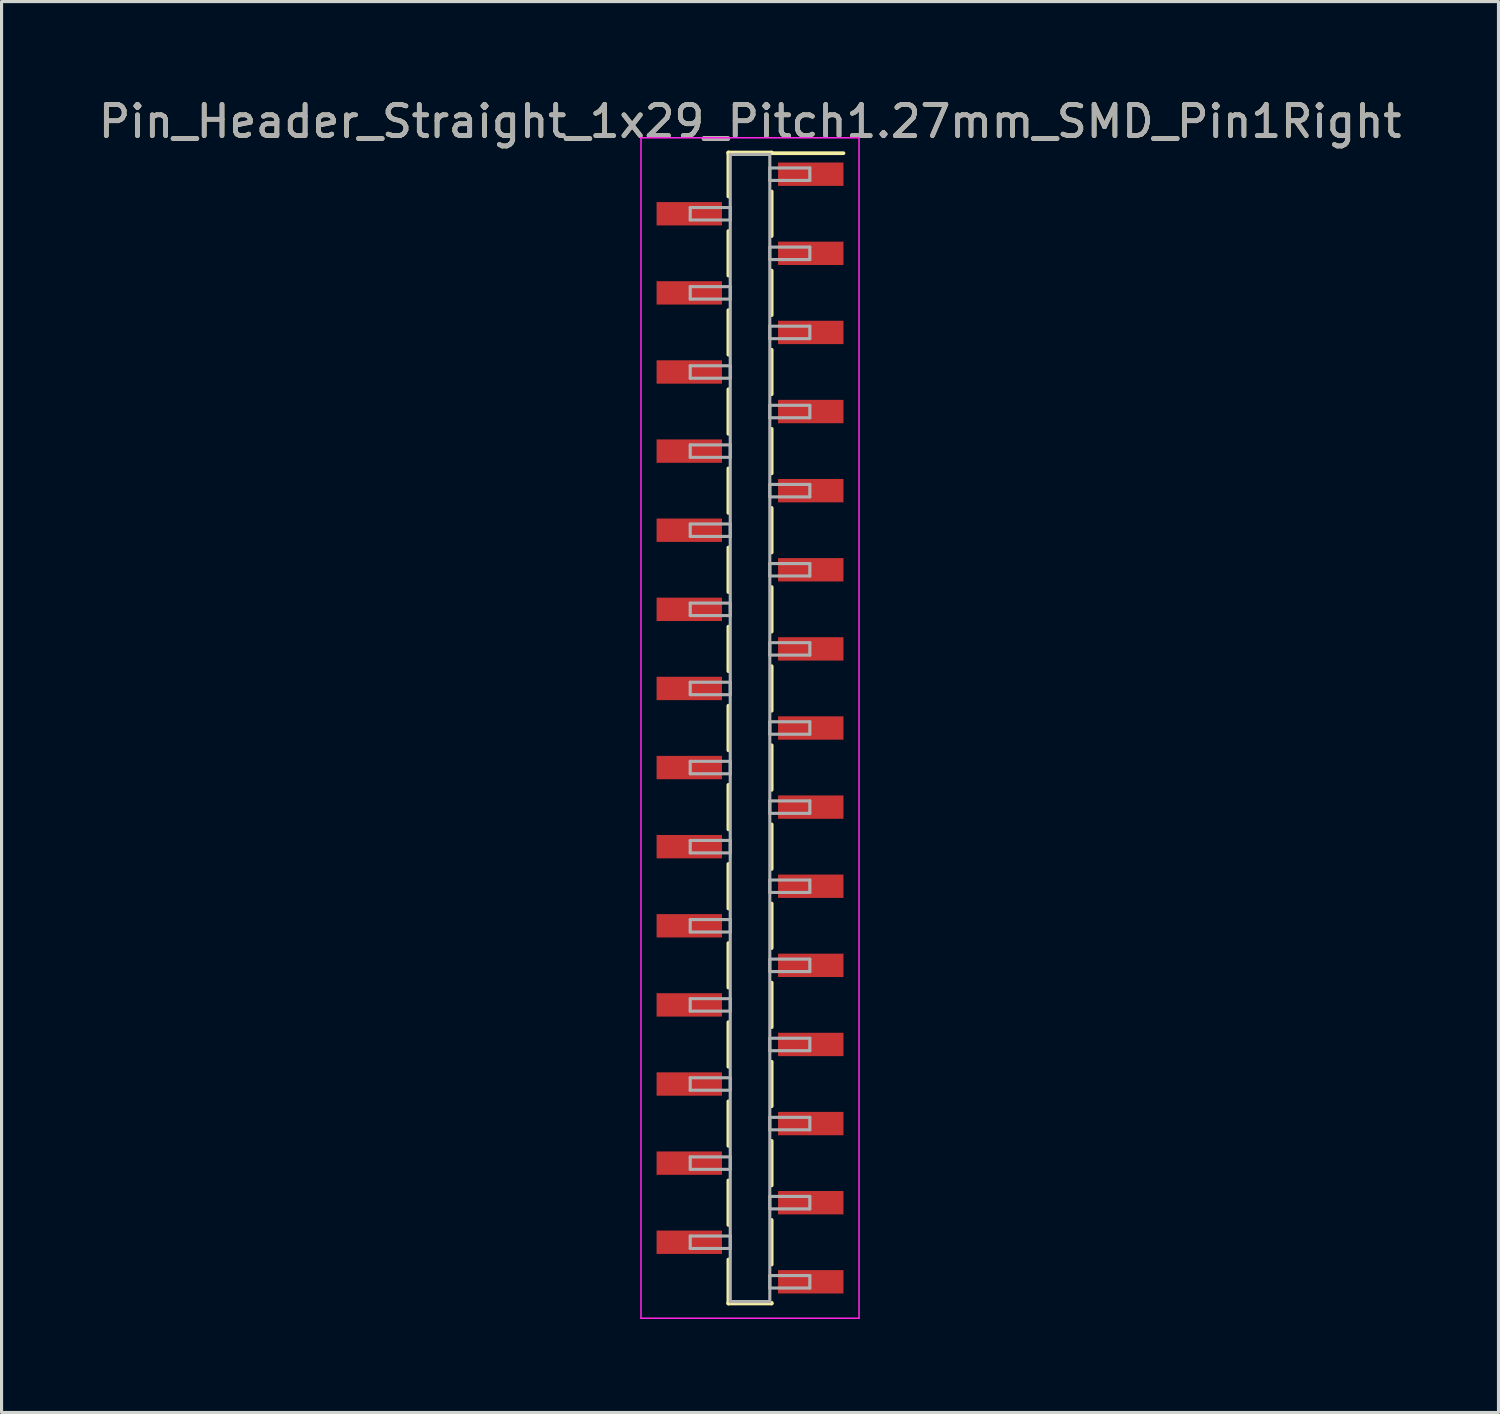
<source format=kicad_pcb>
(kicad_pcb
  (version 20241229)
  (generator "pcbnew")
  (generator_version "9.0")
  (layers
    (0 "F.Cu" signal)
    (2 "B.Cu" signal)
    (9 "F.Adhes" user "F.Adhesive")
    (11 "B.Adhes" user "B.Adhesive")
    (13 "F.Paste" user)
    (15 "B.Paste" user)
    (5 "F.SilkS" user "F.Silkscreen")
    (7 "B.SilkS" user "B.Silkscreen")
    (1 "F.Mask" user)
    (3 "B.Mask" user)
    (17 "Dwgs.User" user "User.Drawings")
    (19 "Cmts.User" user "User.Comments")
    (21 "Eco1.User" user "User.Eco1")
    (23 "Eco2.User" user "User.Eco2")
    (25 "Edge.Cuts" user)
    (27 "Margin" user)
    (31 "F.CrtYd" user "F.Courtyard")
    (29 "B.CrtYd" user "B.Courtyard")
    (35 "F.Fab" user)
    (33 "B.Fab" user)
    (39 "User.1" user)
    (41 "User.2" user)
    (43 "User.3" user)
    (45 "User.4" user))
  (footprint "Pin_Header_Straight_1x29_Pitch1.27mm_SMD_Pin1Right"
    (layer "F.Cu")
    (at 21.03 20.323)
    (property "Reference" "Pin_Header_Straight_1x29_Pitch1.27mm_SMD_Pin1Right" (at 0 -19.475 0) (layer "F.SilkS") (effects (font (size 1 1) (thickness 0.15))))
    (attr smd)
    (fp_line (start -0.695 -18.475) (end -0.695 -17.065) (stroke (width 0.12) (type solid)) (layer "F.SilkS"))
    (fp_line (start -0.695 -18.475) (end 0.695 -18.475) (stroke (width 0.12) (type solid)) (layer "F.SilkS"))
    (fp_line (start -0.695 -18.455) (end -0.695 -18.475) (stroke (width 0.12) (type solid)) (layer "F.SilkS"))
    (fp_line (start -0.695 -15.955) (end -0.695 -14.525) (stroke (width 0.12) (type solid)) (layer "F.SilkS"))
    (fp_line (start -0.695 -13.415) (end -0.695 -11.985) (stroke (width 0.12) (type solid)) (layer "F.SilkS"))
    (fp_line (start -0.695 -10.875) (end -0.695 -9.445) (stroke (width 0.12) (type solid)) (layer "F.SilkS"))
    (fp_line (start -0.695 -8.335) (end -0.695 -6.905) (stroke (width 0.12) (type solid)) (layer "F.SilkS"))
    (fp_line (start -0.695 -5.795) (end -0.695 -4.365) (stroke (width 0.12) (type solid)) (layer "F.SilkS"))
    (fp_line (start -0.695 -3.255) (end -0.695 -1.825) (stroke (width 0.12) (type solid)) (layer "F.SilkS"))
    (fp_line (start -0.695 -0.715) (end -0.695 0.715) (stroke (width 0.12) (type solid)) (layer "F.SilkS"))
    (fp_line (start -0.695 1.825) (end -0.695 3.255) (stroke (width 0.12) (type solid)) (layer "F.SilkS"))
    (fp_line (start -0.695 4.365) (end -0.695 5.795) (stroke (width 0.12) (type solid)) (layer "F.SilkS"))
    (fp_line (start -0.695 6.905) (end -0.695 8.335) (stroke (width 0.12) (type solid)) (layer "F.SilkS"))
    (fp_line (start -0.695 9.445) (end -0.695 10.875) (stroke (width 0.12) (type solid)) (layer "F.SilkS"))
    (fp_line (start -0.695 11.985) (end -0.695 13.415) (stroke (width 0.12) (type solid)) (layer "F.SilkS"))
    (fp_line (start -0.695 14.525) (end -0.695 15.955) (stroke (width 0.12) (type solid)) (layer "F.SilkS"))
    (fp_line (start -0.695 17.065) (end -0.695 18.475) (stroke (width 0.12) (type solid)) (layer "F.SilkS"))
    (fp_line (start -0.695 18.455) (end -0.695 18.475) (stroke (width 0.12) (type solid)) (layer "F.SilkS"))
    (fp_line (start -0.695 18.475) (end 0.695 18.475) (stroke (width 0.12) (type solid)) (layer "F.SilkS"))
    (fp_line (start 0.695 -18.475) (end 0.695 -18.455) (stroke (width 0.12) (type solid)) (layer "F.SilkS"))
    (fp_line (start 0.695 -18.455) (end 3 -18.455) (stroke (width 0.12) (type solid)) (layer "F.SilkS"))
    (fp_line (start 0.695 -17.225) (end 0.695 -15.795) (stroke (width 0.12) (type solid)) (layer "F.SilkS"))
    (fp_line (start 0.695 -14.685) (end 0.695 -13.255) (stroke (width 0.12) (type solid)) (layer "F.SilkS"))
    (fp_line (start 0.695 -12.145) (end 0.695 -10.715) (stroke (width 0.12) (type solid)) (layer "F.SilkS"))
    (fp_line (start 0.695 -9.605) (end 0.695 -8.175) (stroke (width 0.12) (type solid)) (layer "F.SilkS"))
    (fp_line (start 0.695 -7.065) (end 0.695 -5.635) (stroke (width 0.12) (type solid)) (layer "F.SilkS"))
    (fp_line (start 0.695 -4.525) (end 0.695 -3.095) (stroke (width 0.12) (type solid)) (layer "F.SilkS"))
    (fp_line (start 0.695 -1.985) (end 0.695 -0.555) (stroke (width 0.12) (type solid)) (layer "F.SilkS"))
    (fp_line (start 0.695 0.555) (end 0.695 1.985) (stroke (width 0.12) (type solid)) (layer "F.SilkS"))
    (fp_line (start 0.695 3.095) (end 0.695 4.525) (stroke (width 0.12) (type solid)) (layer "F.SilkS"))
    (fp_line (start 0.695 5.635) (end 0.695 7.065) (stroke (width 0.12) (type solid)) (layer "F.SilkS"))
    (fp_line (start 0.695 8.175) (end 0.695 9.605) (stroke (width 0.12) (type solid)) (layer "F.SilkS"))
    (fp_line (start 0.695 10.715) (end 0.695 12.145) (stroke (width 0.12) (type solid)) (layer "F.SilkS"))
    (fp_line (start 0.695 13.255) (end 0.695 14.685) (stroke (width 0.12) (type solid)) (layer "F.SilkS"))
    (fp_line (start 0.695 15.795) (end 0.695 17.225) (stroke (width 0.12) (type solid)) (layer "F.SilkS"))
    (fp_line (start 0.695 18.475) (end 0.695 18.455) (stroke (width 0.12) (type solid)) (layer "F.SilkS"))
    (fp_line (start -3.5 -18.95) (end -3.5 18.95) (stroke (width 0.05) (type solid)) (layer "F.CrtYd"))
    (fp_line (start -3.5 18.95) (end 3.5 18.95) (stroke (width 0.05) (type solid)) (layer "F.CrtYd"))
    (fp_line (start 3.5 -18.95) (end -3.5 -18.95) (stroke (width 0.05) (type solid)) (layer "F.CrtYd"))
    (fp_line (start 3.5 18.95) (end 3.5 -18.95) (stroke (width 0.05) (type solid)) (layer "F.CrtYd"))
    (fp_line (start -1.92 -16.71) (end -0.635 -16.71) (stroke (width 0.1) (type solid)) (layer "F.Fab"))
    (fp_line (start -1.92 -16.31) (end -1.92 -16.71) (stroke (width 0.1) (type solid)) (layer "F.Fab"))
    (fp_line (start -1.92 -14.17) (end -0.635 -14.17) (stroke (width 0.1) (type solid)) (layer "F.Fab"))
    (fp_line (start -1.92 -13.77) (end -1.92 -14.17) (stroke (width 0.1) (type solid)) (layer "F.Fab"))
    (fp_line (start -1.92 -11.63) (end -0.635 -11.63) (stroke (width 0.1) (type solid)) (layer "F.Fab"))
    (fp_line (start -1.92 -11.23) (end -1.92 -11.63) (stroke (width 0.1) (type solid)) (layer "F.Fab"))
    (fp_line (start -1.92 -9.09) (end -0.635 -9.09) (stroke (width 0.1) (type solid)) (layer "F.Fab"))
    (fp_line (start -1.92 -8.69) (end -1.92 -9.09) (stroke (width 0.1) (type solid)) (layer "F.Fab"))
    (fp_line (start -1.92 -6.55) (end -0.635 -6.55) (stroke (width 0.1) (type solid)) (layer "F.Fab"))
    (fp_line (start -1.92 -6.15) (end -1.92 -6.55) (stroke (width 0.1) (type solid)) (layer "F.Fab"))
    (fp_line (start -1.92 -4.01) (end -0.635 -4.01) (stroke (width 0.1) (type solid)) (layer "F.Fab"))
    (fp_line (start -1.92 -3.61) (end -1.92 -4.01) (stroke (width 0.1) (type solid)) (layer "F.Fab"))
    (fp_line (start -1.92 -1.47) (end -0.635 -1.47) (stroke (width 0.1) (type solid)) (layer "F.Fab"))
    (fp_line (start -1.92 -1.07) (end -1.92 -1.47) (stroke (width 0.1) (type solid)) (layer "F.Fab"))
    (fp_line (start -1.92 1.07) (end -0.635 1.07) (stroke (width 0.1) (type solid)) (layer "F.Fab"))
    (fp_line (start -1.92 1.47) (end -1.92 1.07) (stroke (width 0.1) (type solid)) (layer "F.Fab"))
    (fp_line (start -1.92 3.61) (end -0.635 3.61) (stroke (width 0.1) (type solid)) (layer "F.Fab"))
    (fp_line (start -1.92 4.01) (end -1.92 3.61) (stroke (width 0.1) (type solid)) (layer "F.Fab"))
    (fp_line (start -1.92 6.15) (end -0.635 6.15) (stroke (width 0.1) (type solid)) (layer "F.Fab"))
    (fp_line (start -1.92 6.55) (end -1.92 6.15) (stroke (width 0.1) (type solid)) (layer "F.Fab"))
    (fp_line (start -1.92 8.69) (end -0.635 8.69) (stroke (width 0.1) (type solid)) (layer "F.Fab"))
    (fp_line (start -1.92 9.09) (end -1.92 8.69) (stroke (width 0.1) (type solid)) (layer "F.Fab"))
    (fp_line (start -1.92 11.23) (end -0.635 11.23) (stroke (width 0.1) (type solid)) (layer "F.Fab"))
    (fp_line (start -1.92 11.63) (end -1.92 11.23) (stroke (width 0.1) (type solid)) (layer "F.Fab"))
    (fp_line (start -1.92 13.77) (end -0.635 13.77) (stroke (width 0.1) (type solid)) (layer "F.Fab"))
    (fp_line (start -1.92 14.17) (end -1.92 13.77) (stroke (width 0.1) (type solid)) (layer "F.Fab"))
    (fp_line (start -1.92 16.31) (end -0.635 16.31) (stroke (width 0.1) (type solid)) (layer "F.Fab"))
    (fp_line (start -1.92 16.71) (end -1.92 16.31) (stroke (width 0.1) (type solid)) (layer "F.Fab"))
    (fp_line (start -0.635 -18.415) (end -0.635 18.415) (stroke (width 0.1) (type solid)) (layer "F.Fab"))
    (fp_line (start -0.635 -16.71) (end -0.635 -16.31) (stroke (width 0.1) (type solid)) (layer "F.Fab"))
    (fp_line (start -0.635 -16.31) (end -1.92 -16.31) (stroke (width 0.1) (type solid)) (layer "F.Fab"))
    (fp_line (start -0.635 -14.17) (end -0.635 -13.77) (stroke (width 0.1) (type solid)) (layer "F.Fab"))
    (fp_line (start -0.635 -13.77) (end -1.92 -13.77) (stroke (width 0.1) (type solid)) (layer "F.Fab"))
    (fp_line (start -0.635 -11.63) (end -0.635 -11.23) (stroke (width 0.1) (type solid)) (layer "F.Fab"))
    (fp_line (start -0.635 -11.23) (end -1.92 -11.23) (stroke (width 0.1) (type solid)) (layer "F.Fab"))
    (fp_line (start -0.635 -9.09) (end -0.635 -8.69) (stroke (width 0.1) (type solid)) (layer "F.Fab"))
    (fp_line (start -0.635 -8.69) (end -1.92 -8.69) (stroke (width 0.1) (type solid)) (layer "F.Fab"))
    (fp_line (start -0.635 -6.55) (end -0.635 -6.15) (stroke (width 0.1) (type solid)) (layer "F.Fab"))
    (fp_line (start -0.635 -6.15) (end -1.92 -6.15) (stroke (width 0.1) (type solid)) (layer "F.Fab"))
    (fp_line (start -0.635 -4.01) (end -0.635 -3.61) (stroke (width 0.1) (type solid)) (layer "F.Fab"))
    (fp_line (start -0.635 -3.61) (end -1.92 -3.61) (stroke (width 0.1) (type solid)) (layer "F.Fab"))
    (fp_line (start -0.635 -1.47) (end -0.635 -1.07) (stroke (width 0.1) (type solid)) (layer "F.Fab"))
    (fp_line (start -0.635 -1.07) (end -1.92 -1.07) (stroke (width 0.1) (type solid)) (layer "F.Fab"))
    (fp_line (start -0.635 1.07) (end -0.635 1.47) (stroke (width 0.1) (type solid)) (layer "F.Fab"))
    (fp_line (start -0.635 1.47) (end -1.92 1.47) (stroke (width 0.1) (type solid)) (layer "F.Fab"))
    (fp_line (start -0.635 3.61) (end -0.635 4.01) (stroke (width 0.1) (type solid)) (layer "F.Fab"))
    (fp_line (start -0.635 4.01) (end -1.92 4.01) (stroke (width 0.1) (type solid)) (layer "F.Fab"))
    (fp_line (start -0.635 6.15) (end -0.635 6.55) (stroke (width 0.1) (type solid)) (layer "F.Fab"))
    (fp_line (start -0.635 6.55) (end -1.92 6.55) (stroke (width 0.1) (type solid)) (layer "F.Fab"))
    (fp_line (start -0.635 8.69) (end -0.635 9.09) (stroke (width 0.1) (type solid)) (layer "F.Fab"))
    (fp_line (start -0.635 9.09) (end -1.92 9.09) (stroke (width 0.1) (type solid)) (layer "F.Fab"))
    (fp_line (start -0.635 11.23) (end -0.635 11.63) (stroke (width 0.1) (type solid)) (layer "F.Fab"))
    (fp_line (start -0.635 11.63) (end -1.92 11.63) (stroke (width 0.1) (type solid)) (layer "F.Fab"))
    (fp_line (start -0.635 13.77) (end -0.635 14.17) (stroke (width 0.1) (type solid)) (layer "F.Fab"))
    (fp_line (start -0.635 14.17) (end -1.92 14.17) (stroke (width 0.1) (type solid)) (layer "F.Fab"))
    (fp_line (start -0.635 16.31) (end -0.635 16.71) (stroke (width 0.1) (type solid)) (layer "F.Fab"))
    (fp_line (start -0.635 16.71) (end -1.92 16.71) (stroke (width 0.1) (type solid)) (layer "F.Fab"))
    (fp_line (start -0.635 18.415) (end 0.635 18.415) (stroke (width 0.1) (type solid)) (layer "F.Fab"))
    (fp_line (start 0.635 -18.415) (end -0.635 -18.415) (stroke (width 0.1) (type solid)) (layer "F.Fab"))
    (fp_line (start 0.635 -17.98) (end 0.635 -17.58) (stroke (width 0.1) (type solid)) (layer "F.Fab"))
    (fp_line (start 0.635 -17.58) (end 1.92 -17.58) (stroke (width 0.1) (type solid)) (layer "F.Fab"))
    (fp_line (start 0.635 -15.44) (end 0.635 -15.04) (stroke (width 0.1) (type solid)) (layer "F.Fab"))
    (fp_line (start 0.635 -15.04) (end 1.92 -15.04) (stroke (width 0.1) (type solid)) (layer "F.Fab"))
    (fp_line (start 0.635 -12.9) (end 0.635 -12.5) (stroke (width 0.1) (type solid)) (layer "F.Fab"))
    (fp_line (start 0.635 -12.5) (end 1.92 -12.5) (stroke (width 0.1) (type solid)) (layer "F.Fab"))
    (fp_line (start 0.635 -10.36) (end 0.635 -9.96) (stroke (width 0.1) (type solid)) (layer "F.Fab"))
    (fp_line (start 0.635 -9.96) (end 1.92 -9.96) (stroke (width 0.1) (type solid)) (layer "F.Fab"))
    (fp_line (start 0.635 -7.82) (end 0.635 -7.42) (stroke (width 0.1) (type solid)) (layer "F.Fab"))
    (fp_line (start 0.635 -7.42) (end 1.92 -7.42) (stroke (width 0.1) (type solid)) (layer "F.Fab"))
    (fp_line (start 0.635 -5.28) (end 0.635 -4.88) (stroke (width 0.1) (type solid)) (layer "F.Fab"))
    (fp_line (start 0.635 -4.88) (end 1.92 -4.88) (stroke (width 0.1) (type solid)) (layer "F.Fab"))
    (fp_line (start 0.635 -2.74) (end 0.635 -2.34) (stroke (width 0.1) (type solid)) (layer "F.Fab"))
    (fp_line (start 0.635 -2.34) (end 1.92 -2.34) (stroke (width 0.1) (type solid)) (layer "F.Fab"))
    (fp_line (start 0.635 -0.2) (end 0.635 0.2) (stroke (width 0.1) (type solid)) (layer "F.Fab"))
    (fp_line (start 0.635 0.2) (end 1.92 0.2) (stroke (width 0.1) (type solid)) (layer "F.Fab"))
    (fp_line (start 0.635 2.34) (end 0.635 2.74) (stroke (width 0.1) (type solid)) (layer "F.Fab"))
    (fp_line (start 0.635 2.74) (end 1.92 2.74) (stroke (width 0.1) (type solid)) (layer "F.Fab"))
    (fp_line (start 0.635 4.88) (end 0.635 5.28) (stroke (width 0.1) (type solid)) (layer "F.Fab"))
    (fp_line (start 0.635 5.28) (end 1.92 5.28) (stroke (width 0.1) (type solid)) (layer "F.Fab"))
    (fp_line (start 0.635 7.42) (end 0.635 7.82) (stroke (width 0.1) (type solid)) (layer "F.Fab"))
    (fp_line (start 0.635 7.82) (end 1.92 7.82) (stroke (width 0.1) (type solid)) (layer "F.Fab"))
    (fp_line (start 0.635 9.96) (end 0.635 10.36) (stroke (width 0.1) (type solid)) (layer "F.Fab"))
    (fp_line (start 0.635 10.36) (end 1.92 10.36) (stroke (width 0.1) (type solid)) (layer "F.Fab"))
    (fp_line (start 0.635 12.5) (end 0.635 12.9) (stroke (width 0.1) (type solid)) (layer "F.Fab"))
    (fp_line (start 0.635 12.9) (end 1.92 12.9) (stroke (width 0.1) (type solid)) (layer "F.Fab"))
    (fp_line (start 0.635 15.04) (end 0.635 15.44) (stroke (width 0.1) (type solid)) (layer "F.Fab"))
    (fp_line (start 0.635 15.44) (end 1.92 15.44) (stroke (width 0.1) (type solid)) (layer "F.Fab"))
    (fp_line (start 0.635 17.58) (end 0.635 17.98) (stroke (width 0.1) (type solid)) (layer "F.Fab"))
    (fp_line (start 0.635 17.98) (end 1.92 17.98) (stroke (width 0.1) (type solid)) (layer "F.Fab"))
    (fp_line (start 0.635 18.415) (end 0.635 -18.415) (stroke (width 0.1) (type solid)) (layer "F.Fab"))
    (fp_line (start 1.92 -17.98) (end 0.635 -17.98) (stroke (width 0.1) (type solid)) (layer "F.Fab"))
    (fp_line (start 1.92 -17.58) (end 1.92 -17.98) (stroke (width 0.1) (type solid)) (layer "F.Fab"))
    (fp_line (start 1.92 -15.44) (end 0.635 -15.44) (stroke (width 0.1) (type solid)) (layer "F.Fab"))
    (fp_line (start 1.92 -15.04) (end 1.92 -15.44) (stroke (width 0.1) (type solid)) (layer "F.Fab"))
    (fp_line (start 1.92 -12.9) (end 0.635 -12.9) (stroke (width 0.1) (type solid)) (layer "F.Fab"))
    (fp_line (start 1.92 -12.5) (end 1.92 -12.9) (stroke (width 0.1) (type solid)) (layer "F.Fab"))
    (fp_line (start 1.92 -10.36) (end 0.635 -10.36) (stroke (width 0.1) (type solid)) (layer "F.Fab"))
    (fp_line (start 1.92 -9.96) (end 1.92 -10.36) (stroke (width 0.1) (type solid)) (layer "F.Fab"))
    (fp_line (start 1.92 -7.82) (end 0.635 -7.82) (stroke (width 0.1) (type solid)) (layer "F.Fab"))
    (fp_line (start 1.92 -7.42) (end 1.92 -7.82) (stroke (width 0.1) (type solid)) (layer "F.Fab"))
    (fp_line (start 1.92 -5.28) (end 0.635 -5.28) (stroke (width 0.1) (type solid)) (layer "F.Fab"))
    (fp_line (start 1.92 -4.88) (end 1.92 -5.28) (stroke (width 0.1) (type solid)) (layer "F.Fab"))
    (fp_line (start 1.92 -2.74) (end 0.635 -2.74) (stroke (width 0.1) (type solid)) (layer "F.Fab"))
    (fp_line (start 1.92 -2.34) (end 1.92 -2.74) (stroke (width 0.1) (type solid)) (layer "F.Fab"))
    (fp_line (start 1.92 -0.2) (end 0.635 -0.2) (stroke (width 0.1) (type solid)) (layer "F.Fab"))
    (fp_line (start 1.92 0.2) (end 1.92 -0.2) (stroke (width 0.1) (type solid)) (layer "F.Fab"))
    (fp_line (start 1.92 2.34) (end 0.635 2.34) (stroke (width 0.1) (type solid)) (layer "F.Fab"))
    (fp_line (start 1.92 2.74) (end 1.92 2.34) (stroke (width 0.1) (type solid)) (layer "F.Fab"))
    (fp_line (start 1.92 4.88) (end 0.635 4.88) (stroke (width 0.1) (type solid)) (layer "F.Fab"))
    (fp_line (start 1.92 5.28) (end 1.92 4.88) (stroke (width 0.1) (type solid)) (layer "F.Fab"))
    (fp_line (start 1.92 7.42) (end 0.635 7.42) (stroke (width 0.1) (type solid)) (layer "F.Fab"))
    (fp_line (start 1.92 7.82) (end 1.92 7.42) (stroke (width 0.1) (type solid)) (layer "F.Fab"))
    (fp_line (start 1.92 9.96) (end 0.635 9.96) (stroke (width 0.1) (type solid)) (layer "F.Fab"))
    (fp_line (start 1.92 10.36) (end 1.92 9.96) (stroke (width 0.1) (type solid)) (layer "F.Fab"))
    (fp_line (start 1.92 12.5) (end 0.635 12.5) (stroke (width 0.1) (type solid)) (layer "F.Fab"))
    (fp_line (start 1.92 12.9) (end 1.92 12.5) (stroke (width 0.1) (type solid)) (layer "F.Fab"))
    (fp_line (start 1.92 15.04) (end 0.635 15.04) (stroke (width 0.1) (type solid)) (layer "F.Fab"))
    (fp_line (start 1.92 15.44) (end 1.92 15.04) (stroke (width 0.1) (type solid)) (layer "F.Fab"))
    (fp_line (start 1.92 17.58) (end 0.635 17.58) (stroke (width 0.1) (type solid)) (layer "F.Fab"))
    (fp_line (start 1.92 17.98) (end 1.92 17.58) (stroke (width 0.1) (type solid)) (layer "F.Fab"))
    (fp_text user "${REFERENCE}" (at 0 -19.475 0) (layer "F.Fab") (effects (font (size 1 1) (thickness 0.15))))
    (pad "1" smd rect (at 1.95 -17.78) (size 2.1 0.75) (layers "F.Cu" "F.Mask" "F.Paste"))
    (pad "2" smd rect (at -1.95 -16.51) (size 2.1 0.75) (layers "F.Cu" "F.Mask" "F.Paste"))
    (pad "3" smd rect (at 1.95 -15.24) (size 2.1 0.75) (layers "F.Cu" "F.Mask" "F.Paste"))
    (pad "4" smd rect (at -1.95 -13.97) (size 2.1 0.75) (layers "F.Cu" "F.Mask" "F.Paste"))
    (pad "5" smd rect (at 1.95 -12.7) (size 2.1 0.75) (layers "F.Cu" "F.Mask" "F.Paste"))
    (pad "6" smd rect (at -1.95 -11.43) (size 2.1 0.75) (layers "F.Cu" "F.Mask" "F.Paste"))
    (pad "7" smd rect (at 1.95 -10.16) (size 2.1 0.75) (layers "F.Cu" "F.Mask" "F.Paste"))
    (pad "8" smd rect (at -1.95 -8.89) (size 2.1 0.75) (layers "F.Cu" "F.Mask" "F.Paste"))
    (pad "9" smd rect (at 1.95 -7.62) (size 2.1 0.75) (layers "F.Cu" "F.Mask" "F.Paste"))
    (pad "10" smd rect (at -1.95 -6.35) (size 2.1 0.75) (layers "F.Cu" "F.Mask" "F.Paste"))
    (pad "11" smd rect (at 1.95 -5.08) (size 2.1 0.75) (layers "F.Cu" "F.Mask" "F.Paste"))
    (pad "12" smd rect (at -1.95 -3.81) (size 2.1 0.75) (layers "F.Cu" "F.Mask" "F.Paste"))
    (pad "13" smd rect (at 1.95 -2.54) (size 2.1 0.75) (layers "F.Cu" "F.Mask" "F.Paste"))
    (pad "14" smd rect (at -1.95 -1.27) (size 2.1 0.75) (layers "F.Cu" "F.Mask" "F.Paste"))
    (pad "15" smd rect (at 1.95 0) (size 2.1 0.75) (layers "F.Cu" "F.Mask" "F.Paste"))
    (pad "16" smd rect (at -1.95 1.27) (size 2.1 0.75) (layers "F.Cu" "F.Mask" "F.Paste"))
    (pad "17" smd rect (at 1.95 2.54) (size 2.1 0.75) (layers "F.Cu" "F.Mask" "F.Paste"))
    (pad "18" smd rect (at -1.95 3.81) (size 2.1 0.75) (layers "F.Cu" "F.Mask" "F.Paste"))
    (pad "19" smd rect (at 1.95 5.08) (size 2.1 0.75) (layers "F.Cu" "F.Mask" "F.Paste"))
    (pad "20" smd rect (at -1.95 6.35) (size 2.1 0.75) (layers "F.Cu" "F.Mask" "F.Paste"))
    (pad "21" smd rect (at 1.95 7.62) (size 2.1 0.75) (layers "F.Cu" "F.Mask" "F.Paste"))
    (pad "22" smd rect (at -1.95 8.89) (size 2.1 0.75) (layers "F.Cu" "F.Mask" "F.Paste"))
    (pad "23" smd rect (at 1.95 10.16) (size 2.1 0.75) (layers "F.Cu" "F.Mask" "F.Paste"))
    (pad "24" smd rect (at -1.95 11.43) (size 2.1 0.75) (layers "F.Cu" "F.Mask" "F.Paste"))
    (pad "25" smd rect (at 1.95 12.7) (size 2.1 0.75) (layers "F.Cu" "F.Mask" "F.Paste"))
    (pad "26" smd rect (at -1.95 13.97) (size 2.1 0.75) (layers "F.Cu" "F.Mask" "F.Paste"))
    (pad "27" smd rect (at 1.95 15.24) (size 2.1 0.75) (layers "F.Cu" "F.Mask" "F.Paste"))
    (pad "28" smd rect (at -1.95 16.51) (size 2.1 0.75) (layers "F.Cu" "F.Mask" "F.Paste"))
    (pad "29" smd rect (at 1.95 17.78) (size 2.1 0.75) (layers "F.Cu" "F.Mask" "F.Paste")))
  (gr_rect
    (start -3 -3)
    (end 45.06 42.298)
    (stroke (width 0.1) (type default))
    (fill no)
    (layer "Edge.Cuts")))
</source>
